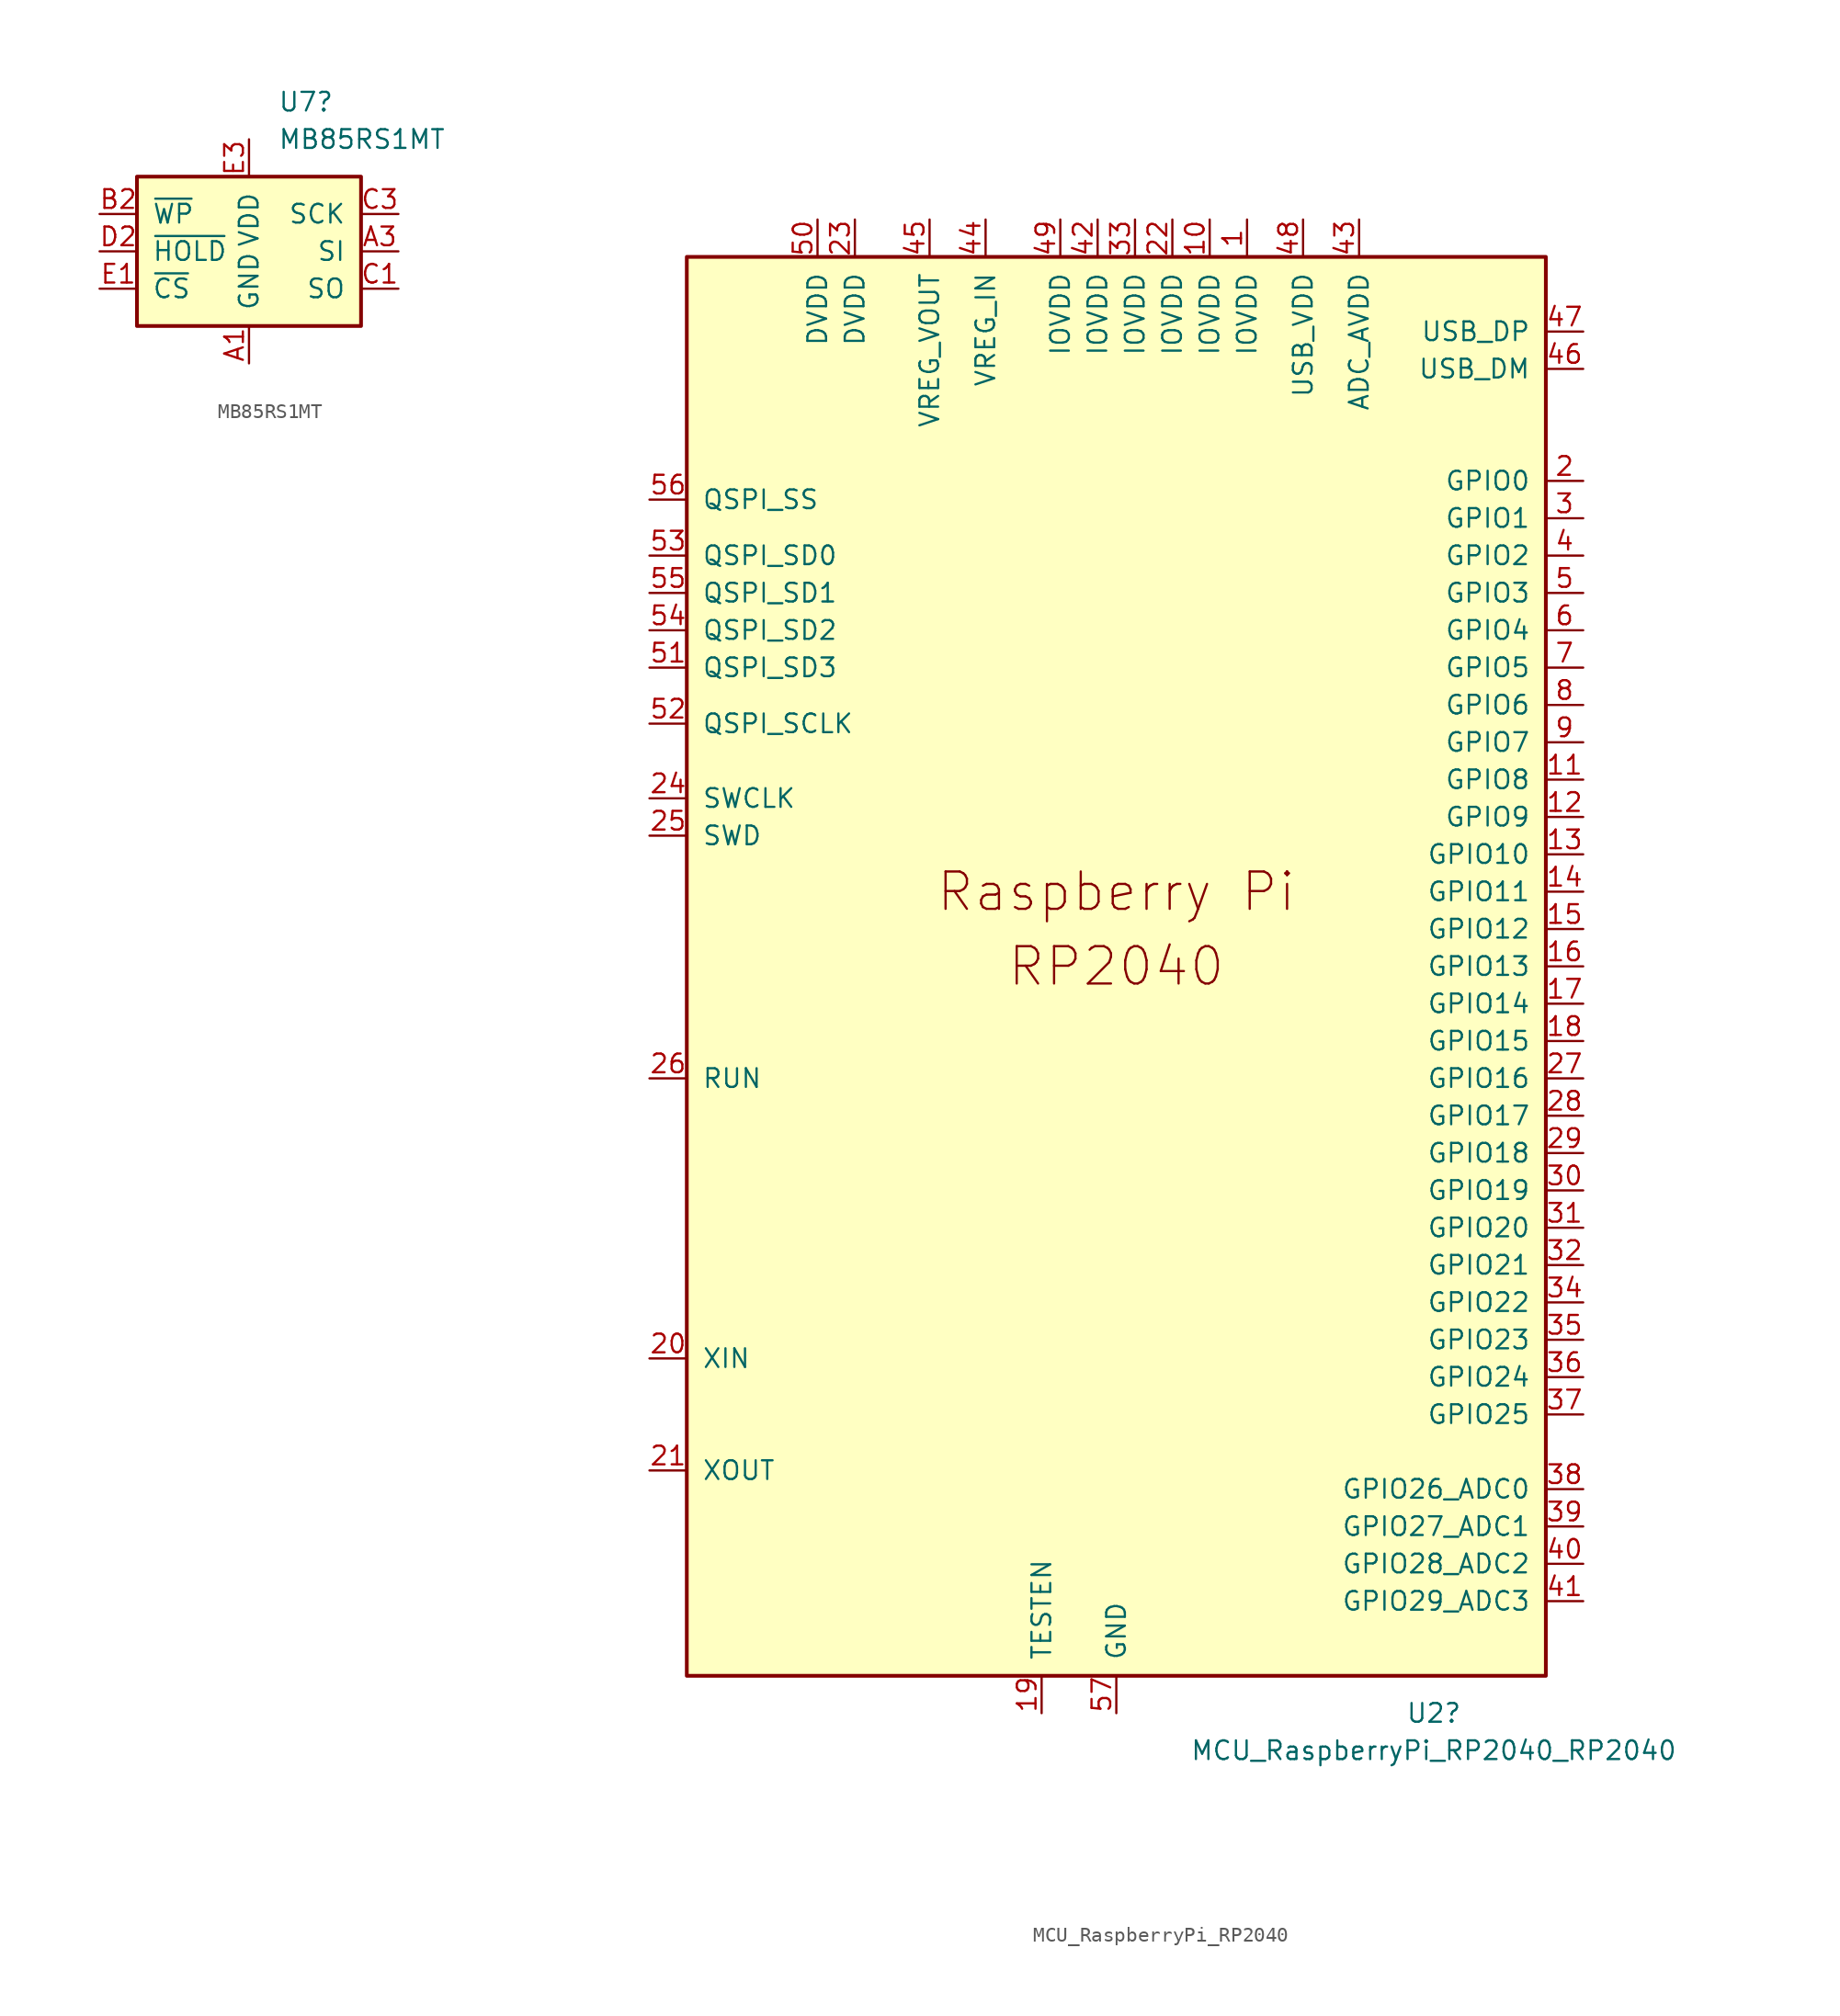
<source format=kicad_sym>
(kicad_symbol_lib
  (version 20220914)
  (generator kicad_symbol_editor)
  (symbol "MB85RS1MT"
    (pin_names
      (offset 1.016))
    (property "Reference" "U7"
      (at 1.956 10.16 0)
      (effects (font (size 1.27 1.27)) (justify left)))
    (property "Value" "MB85RS1MT"
      (at 1.956 7.62 0)
      (effects (font (size 1.27 1.27)) (justify left)))
    (symbol "MB85RS1MT_0_1"
      (rectangle (start -7.62 5.08) (end 7.62 -5.08) (stroke (width 0.254) (type default)) (fill (type background))))
    (symbol "MB85RS1MT_1_1"
      (pin power_in line (at 0 -7.62 90) (length 2.54) (name "GND" (effects (font (size 1.27 1.27)))) (number "A1" (effects (font (size 1.27 1.27)))))
      (pin input line (at 10.16 0 180) (length 2.54) (name "SI" (effects (font (size 1.27 1.27)))) (number "A3" (effects (font (size 1.27 1.27)))))
      (pin input line (at -10.16 2.54 0) (length 2.54) (name "~{WP}" (effects (font (size 1.27 1.27)))) (number "B2" (effects (font (size 1.27 1.27)))))
      (pin output line (at 10.16 -2.54 180) (length 2.54) (name "SO" (effects (font (size 1.27 1.27)))) (number "C1" (effects (font (size 1.27 1.27)))))
      (pin input line (at 10.16 2.54 180) (length 2.54) (name "SCK" (effects (font (size 1.27 1.27)))) (number "C3" (effects (font (size 1.27 1.27)))))
      (pin input line (at -10.16 0 0) (length 2.54) (name "~{HOLD}" (effects (font (size 1.27 1.27)))) (number "D2" (effects (font (size 1.27 1.27)))))
      (pin input line (at -10.16 -2.54 0) (length 2.54) (name "~{CS}" (effects (font (size 1.27 1.27)))) (number "E1" (effects (font (size 1.27 1.27)))))
      (pin power_in line (at 0 7.62 270) (length 2.54) (name "VDD" (effects (font (size 1.27 1.27)))) (number "E3" (effects (font (size 1.27 1.27)))))))
  (symbol "MCU_RaspberryPi_RP2040"
    (pin_names
      (offset 1.016))
    (property "Reference" "U2"
      (at 21.59 -50.8 0)
      (effects (font (size 1.27 1.27))))
    (property "Value" "MCU_RaspberryPi_RP2040_RP2040"
      (at 21.59 -53.34 0)
      (effects (font (size 1.27 1.27))))
    (symbol "MCU_RaspberryPi_RP2040_0_0"
      (text "Raspberry Pi" (at 0 5.08 0) (effects (font (size 2.54 2.54))))
      (text "RP2040" (at 0 0 0) (effects (font (size 2.54 2.54)))))
    (symbol "MCU_RaspberryPi_RP2040_0_1"
      (rectangle (start -29.21 48.26) (end 29.21 -48.26) (stroke (width 0.254) (type solid)) (fill (type background))))
    (symbol "MCU_RaspberryPi_RP2040_1_1"
      (pin power_in line (at 8.89 50.8 270) (length 2.54) (name "IOVDD" (effects (font (size 1.27 1.27)))) (number "1" (effects (font (size 1.27 1.27)))))
      (pin power_in line (at 6.35 50.8 270) (length 2.54) (name "IOVDD" (effects (font (size 1.27 1.27)))) (number "10" (effects (font (size 1.27 1.27)))))
      (pin bidirectional line (at 31.75 12.7 180) (length 2.54) (name "GPIO8" (effects (font (size 1.27 1.27)))) (number "11" (effects (font (size 1.27 1.27)))))
      (pin bidirectional line (at 31.75 10.16 180) (length 2.54) (name "GPIO9" (effects (font (size 1.27 1.27)))) (number "12" (effects (font (size 1.27 1.27)))))
      (pin bidirectional line (at 31.75 7.62 180) (length 2.54) (name "GPIO10" (effects (font (size 1.27 1.27)))) (number "13" (effects (font (size 1.27 1.27)))))
      (pin bidirectional line (at 31.75 5.08 180) (length 2.54) (name "GPIO11" (effects (font (size 1.27 1.27)))) (number "14" (effects (font (size 1.27 1.27)))))
      (pin bidirectional line (at 31.75 2.54 180) (length 2.54) (name "GPIO12" (effects (font (size 1.27 1.27)))) (number "15" (effects (font (size 1.27 1.27)))))
      (pin bidirectional line (at 31.75 0 180) (length 2.54) (name "GPIO13" (effects (font (size 1.27 1.27)))) (number "16" (effects (font (size 1.27 1.27)))))
      (pin bidirectional line (at 31.75 -2.54 180) (length 2.54) (name "GPIO14" (effects (font (size 1.27 1.27)))) (number "17" (effects (font (size 1.27 1.27)))))
      (pin bidirectional line (at 31.75 -5.08 180) (length 2.54) (name "GPIO15" (effects (font (size 1.27 1.27)))) (number "18" (effects (font (size 1.27 1.27)))))
      (pin passive line (at -5.08 -50.8 90) (length 2.54) (name "TESTEN" (effects (font (size 1.27 1.27)))) (number "19" (effects (font (size 1.27 1.27)))))
      (pin bidirectional line (at 31.75 33.02 180) (length 2.54) (name "GPIO0" (effects (font (size 1.27 1.27)))) (number "2" (effects (font (size 1.27 1.27)))))
      (pin input line (at -31.75 -26.67 0) (length 2.54) (name "XIN" (effects (font (size 1.27 1.27)))) (number "20" (effects (font (size 1.27 1.27)))))
      (pin passive line (at -31.75 -34.29 0) (length 2.54) (name "XOUT" (effects (font (size 1.27 1.27)))) (number "21" (effects (font (size 1.27 1.27)))))
      (pin power_in line (at 3.81 50.8 270) (length 2.54) (name "IOVDD" (effects (font (size 1.27 1.27)))) (number "22" (effects (font (size 1.27 1.27)))))
      (pin power_in line (at -17.78 50.8 270) (length 2.54) (name "DVDD" (effects (font (size 1.27 1.27)))) (number "23" (effects (font (size 1.27 1.27)))))
      (pin output line (at -31.75 11.43 0) (length 2.54) (name "SWCLK" (effects (font (size 1.27 1.27)))) (number "24" (effects (font (size 1.27 1.27)))))
      (pin bidirectional line (at -31.75 8.89 0) (length 2.54) (name "SWD" (effects (font (size 1.27 1.27)))) (number "25" (effects (font (size 1.27 1.27)))))
      (pin input line (at -31.75 -7.62 0) (length 2.54) (name "RUN" (effects (font (size 1.27 1.27)))) (number "26" (effects (font (size 1.27 1.27)))))
      (pin bidirectional line (at 31.75 -7.62 180) (length 2.54) (name "GPIO16" (effects (font (size 1.27 1.27)))) (number "27" (effects (font (size 1.27 1.27)))))
      (pin bidirectional line (at 31.75 -10.16 180) (length 2.54) (name "GPIO17" (effects (font (size 1.27 1.27)))) (number "28" (effects (font (size 1.27 1.27)))))
      (pin bidirectional line (at 31.75 -12.7 180) (length 2.54) (name "GPIO18" (effects (font (size 1.27 1.27)))) (number "29" (effects (font (size 1.27 1.27)))))
      (pin bidirectional line (at 31.75 30.48 180) (length 2.54) (name "GPIO1" (effects (font (size 1.27 1.27)))) (number "3" (effects (font (size 1.27 1.27)))))
      (pin bidirectional line (at 31.75 -15.24 180) (length 2.54) (name "GPIO19" (effects (font (size 1.27 1.27)))) (number "30" (effects (font (size 1.27 1.27)))))
      (pin bidirectional line (at 31.75 -17.78 180) (length 2.54) (name "GPIO20" (effects (font (size 1.27 1.27)))) (number "31" (effects (font (size 1.27 1.27)))))
      (pin bidirectional line (at 31.75 -20.32 180) (length 2.54) (name "GPIO21" (effects (font (size 1.27 1.27)))) (number "32" (effects (font (size 1.27 1.27)))))
      (pin power_in line (at 1.27 50.8 270) (length 2.54) (name "IOVDD" (effects (font (size 1.27 1.27)))) (number "33" (effects (font (size 1.27 1.27)))))
      (pin bidirectional line (at 31.75 -22.86 180) (length 2.54) (name "GPIO22" (effects (font (size 1.27 1.27)))) (number "34" (effects (font (size 1.27 1.27)))))
      (pin bidirectional line (at 31.75 -25.4 180) (length 2.54) (name "GPIO23" (effects (font (size 1.27 1.27)))) (number "35" (effects (font (size 1.27 1.27)))))
      (pin bidirectional line (at 31.75 -27.94 180) (length 2.54) (name "GPIO24" (effects (font (size 1.27 1.27)))) (number "36" (effects (font (size 1.27 1.27)))))
      (pin bidirectional line (at 31.75 -30.48 180) (length 2.54) (name "GPIO25" (effects (font (size 1.27 1.27)))) (number "37" (effects (font (size 1.27 1.27)))))
      (pin bidirectional line (at 31.75 -35.56 180) (length 2.54) (name "GPIO26_ADC0" (effects (font (size 1.27 1.27)))) (number "38" (effects (font (size 1.27 1.27)))))
      (pin bidirectional line (at 31.75 -38.1 180) (length 2.54) (name "GPIO27_ADC1" (effects (font (size 1.27 1.27)))) (number "39" (effects (font (size 1.27 1.27)))))
      (pin bidirectional line (at 31.75 27.94 180) (length 2.54) (name "GPIO2" (effects (font (size 1.27 1.27)))) (number "4" (effects (font (size 1.27 1.27)))))
      (pin bidirectional line (at 31.75 -40.64 180) (length 2.54) (name "GPIO28_ADC2" (effects (font (size 1.27 1.27)))) (number "40" (effects (font (size 1.27 1.27)))))
      (pin bidirectional line (at 31.75 -43.18 180) (length 2.54) (name "GPIO29_ADC3" (effects (font (size 1.27 1.27)))) (number "41" (effects (font (size 1.27 1.27)))))
      (pin power_in line (at -1.27 50.8 270) (length 2.54) (name "IOVDD" (effects (font (size 1.27 1.27)))) (number "42" (effects (font (size 1.27 1.27)))))
      (pin power_in line (at 16.51 50.8 270) (length 2.54) (name "ADC_AVDD" (effects (font (size 1.27 1.27)))) (number "43" (effects (font (size 1.27 1.27)))))
      (pin power_in line (at -8.89 50.8 270) (length 2.54) (name "VREG_IN" (effects (font (size 1.27 1.27)))) (number "44" (effects (font (size 1.27 1.27)))))
      (pin power_out line (at -12.7 50.8 270) (length 2.54) (name "VREG_VOUT" (effects (font (size 1.27 1.27)))) (number "45" (effects (font (size 1.27 1.27)))))
      (pin bidirectional line (at 31.75 40.64 180) (length 2.54) (name "USB_DM" (effects (font (size 1.27 1.27)))) (number "46" (effects (font (size 1.27 1.27)))))
      (pin bidirectional line (at 31.75 43.18 180) (length 2.54) (name "USB_DP" (effects (font (size 1.27 1.27)))) (number "47" (effects (font (size 1.27 1.27)))))
      (pin power_in line (at 12.7 50.8 270) (length 2.54) (name "USB_VDD" (effects (font (size 1.27 1.27)))) (number "48" (effects (font (size 1.27 1.27)))))
      (pin power_in line (at -3.81 50.8 270) (length 2.54) (name "IOVDD" (effects (font (size 1.27 1.27)))) (number "49" (effects (font (size 1.27 1.27)))))
      (pin bidirectional line (at 31.75 25.4 180) (length 2.54) (name "GPIO3" (effects (font (size 1.27 1.27)))) (number "5" (effects (font (size 1.27 1.27)))))
      (pin power_in line (at -20.32 50.8 270) (length 2.54) (name "DVDD" (effects (font (size 1.27 1.27)))) (number "50" (effects (font (size 1.27 1.27)))))
      (pin bidirectional line (at -31.75 20.32 0) (length 2.54) (name "QSPI_SD3" (effects (font (size 1.27 1.27)))) (number "51" (effects (font (size 1.27 1.27)))))
      (pin output line (at -31.75 16.51 0) (length 2.54) (name "QSPI_SCLK" (effects (font (size 1.27 1.27)))) (number "52" (effects (font (size 1.27 1.27)))))
      (pin bidirectional line (at -31.75 27.94 0) (length 2.54) (name "QSPI_SD0" (effects (font (size 1.27 1.27)))) (number "53" (effects (font (size 1.27 1.27)))))
      (pin bidirectional line (at -31.75 22.86 0) (length 2.54) (name "QSPI_SD2" (effects (font (size 1.27 1.27)))) (number "54" (effects (font (size 1.27 1.27)))))
      (pin bidirectional line (at -31.75 25.4 0) (length 2.54) (name "QSPI_SD1" (effects (font (size 1.27 1.27)))) (number "55" (effects (font (size 1.27 1.27)))))
      (pin bidirectional line (at -31.75 31.75 0) (length 2.54) (name "QSPI_SS" (effects (font (size 1.27 1.27)))) (number "56" (effects (font (size 1.27 1.27)))))
      (pin power_in line (at 0 -50.8 90) (length 2.54) (name "GND" (effects (font (size 1.27 1.27)))) (number "57" (effects (font (size 1.27 1.27)))))
      (pin bidirectional line (at 31.75 22.86 180) (length 2.54) (name "GPIO4" (effects (font (size 1.27 1.27)))) (number "6" (effects (font (size 1.27 1.27)))))
      (pin bidirectional line (at 31.75 20.32 180) (length 2.54) (name "GPIO5" (effects (font (size 1.27 1.27)))) (number "7" (effects (font (size 1.27 1.27)))))
      (pin bidirectional line (at 31.75 17.78 180) (length 2.54) (name "GPIO6" (effects (font (size 1.27 1.27)))) (number "8" (effects (font (size 1.27 1.27)))))
      (pin bidirectional line (at 31.75 15.24 180) (length 2.54) (name "GPIO7" (effects (font (size 1.27 1.27)))) (number "9" (effects (font (size 1.27 1.27))))))))
</source>
